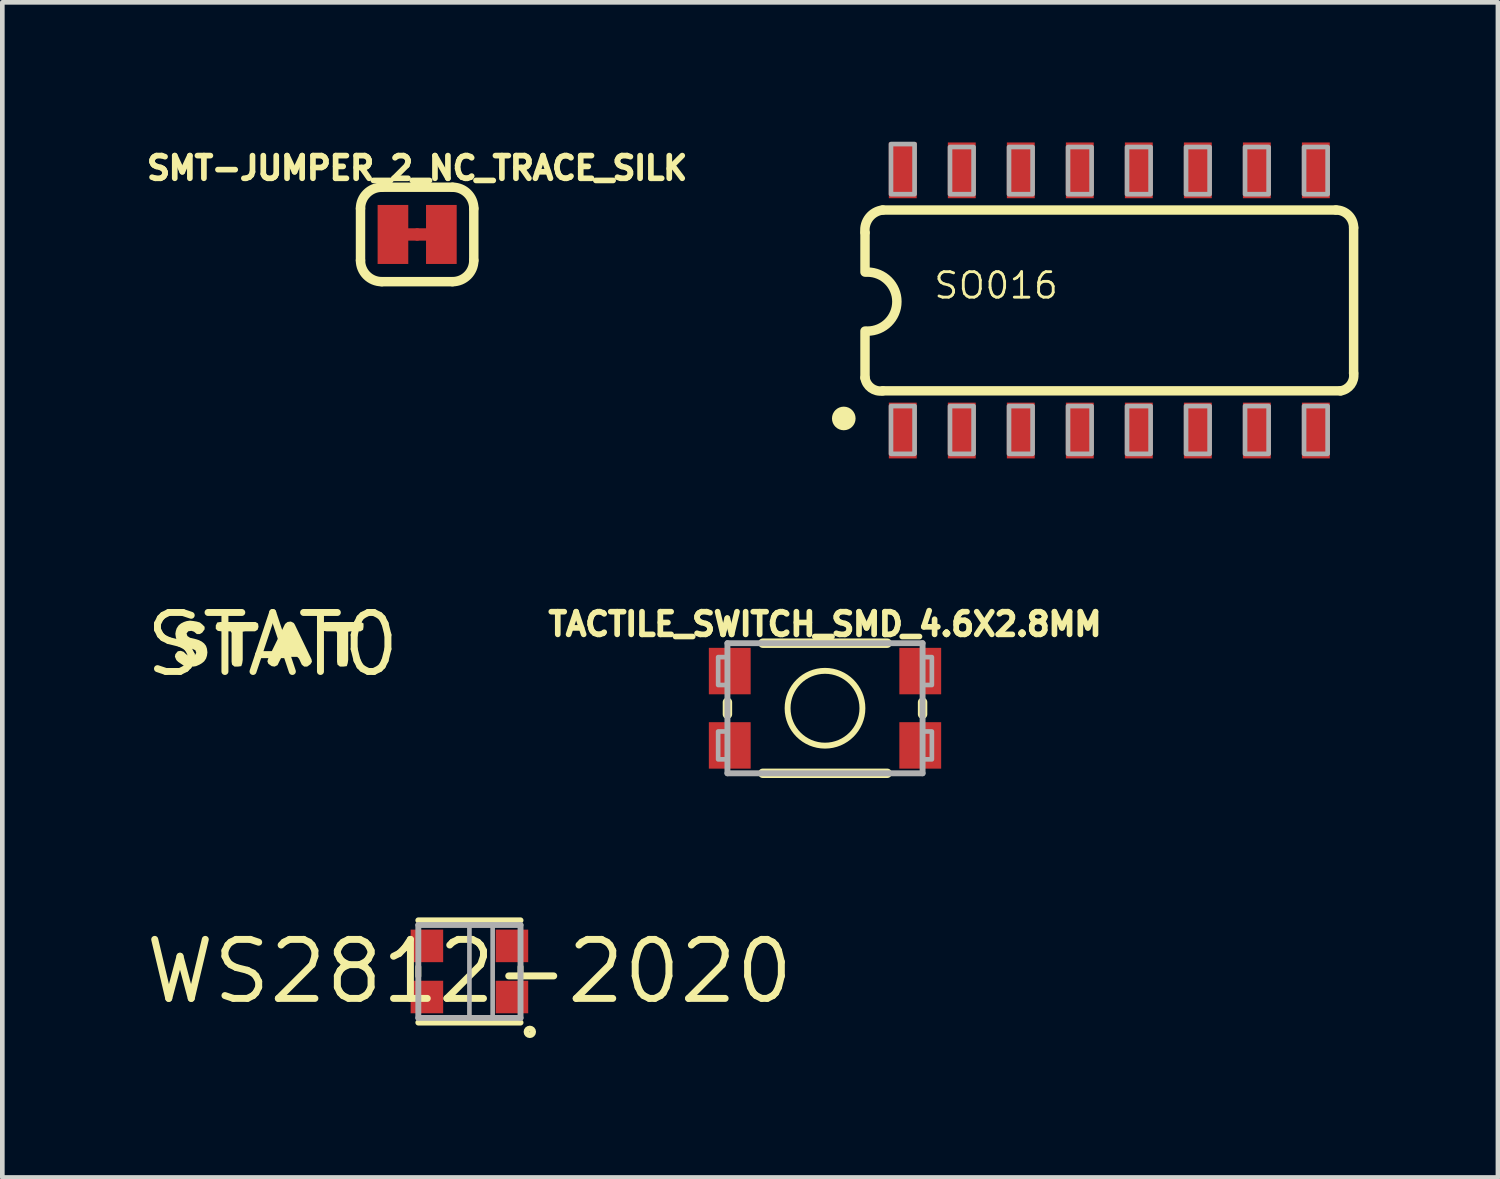
<source format=kicad_pcb>
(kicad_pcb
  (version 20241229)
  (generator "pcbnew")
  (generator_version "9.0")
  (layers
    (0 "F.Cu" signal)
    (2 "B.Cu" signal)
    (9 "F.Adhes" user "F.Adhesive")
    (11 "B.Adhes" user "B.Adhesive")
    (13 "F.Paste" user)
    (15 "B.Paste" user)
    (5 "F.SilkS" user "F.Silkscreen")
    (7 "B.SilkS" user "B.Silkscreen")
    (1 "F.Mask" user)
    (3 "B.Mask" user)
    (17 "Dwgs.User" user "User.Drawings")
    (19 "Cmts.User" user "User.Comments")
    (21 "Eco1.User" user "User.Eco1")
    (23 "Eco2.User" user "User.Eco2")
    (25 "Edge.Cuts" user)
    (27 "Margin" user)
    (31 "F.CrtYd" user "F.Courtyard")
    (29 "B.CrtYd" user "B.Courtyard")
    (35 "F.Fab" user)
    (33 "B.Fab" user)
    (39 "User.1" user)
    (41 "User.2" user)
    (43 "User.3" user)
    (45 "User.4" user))
  (footprint "TACTILE_SWITCH_SMD_4.6X2.8MM"
    (layer "F.Cu")
    (at 14.706 12.193)
    (property "Reference" "TACTILE_SWITCH_SMD_4.6X2.8MM" (at 0 -1.524 0) (unlocked yes) (layer "F.SilkS") (effects (font (size 0.488 0.488) (thickness 0.122)) (justify bottom)))
    (fp_line (start -2.1 -0.13) (end -2.1 0.13) (stroke (width 0.203) (type solid)) (layer "F.SilkS"))
    (fp_line (start -1.338 -1.4) (end 1.338 -1.4) (stroke (width 0.203) (type solid)) (layer "F.SilkS"))
    (fp_line (start 1.338 1.4) (end -1.338 1.4) (stroke (width 0.203) (type solid)) (layer "F.SilkS"))
    (fp_line (start 2.1 0.13) (end 2.1 -0.13) (stroke (width 0.203) (type solid)) (layer "F.SilkS"))
    (fp_circle (center 0 0) (end 0.805 0) (stroke (width 0.127) (type solid)) (fill no) (layer "F.SilkS"))
    (fp_line (start -2.1 -1.4) (end -2.1 1.4) (stroke (width 0.127) (type solid)) (layer "F.Fab"))
    (fp_line (start -2.1 -1.4) (end 2.1 -1.4) (stroke (width 0.127) (type solid)) (layer "F.Fab"))
    (fp_line (start -2.1 1.4) (end 2.1 1.4) (stroke (width 0.127) (type solid)) (layer "F.Fab"))
    (fp_line (start 2.1 1.4) (end 2.1 -1.4) (stroke (width 0.127) (type solid)) (layer "F.Fab"))
    (fp_poly (pts (xy -2.3 -0.5) (xy -2.1 -0.5) (xy -2.1 -1.1) (xy -2.3 -1.1)) (stroke (width 0.1) (type default)) (fill no) (layer "F.Fab"))
    (fp_poly (pts (xy -2.3 1.1) (xy -2.1 1.1) (xy -2.1 0.5) (xy -2.3 0.5)) (stroke (width 0.1) (type default)) (fill no) (layer "F.Fab"))
    (fp_poly (pts (xy 2.3 -1.1) (xy 2.1 -1.1) (xy 2.1 -0.5) (xy 2.3 -0.5)) (stroke (width 0.1) (type default)) (fill no) (layer "F.Fab"))
    (fp_poly (pts (xy 2.3 0.5) (xy 2.1 0.5) (xy 2.1 1.1) (xy 2.3 1.1)) (stroke (width 0.1) (type default)) (fill no) (layer "F.Fab"))
    (pad "1" smd rect (at -2.05 0.8) (size 0.9 1) (layers "F.Cu" "F.Mask" "F.Paste"))
    (pad "2" smd rect (at 2.05 0.8) (size 0.9 1) (layers "F.Cu" "F.Mask" "F.Paste"))
    (pad "3" smd rect (at 2.05 -0.8) (size 0.9 1) (layers "F.Cu" "F.Mask" "F.Paste"))
    (pad "4" smd rect (at -2.05 -0.8) (size 0.9 1) (layers "F.Cu" "F.Mask" "F.Paste")))
  (footprint "WS2812-2020"
    (layer "F.Cu")
    (at 7.053 17.858)
    (property "Reference" "WS2812-2020" (at 0 0 0) (layer "F.SilkS") (effects (font (size 1.27 1.27) (thickness 0.15))))
    (fp_line (start -1.1 -1.1) (end 1.1 -1.1) (stroke (width 0.127) (type solid)) (layer "F.SilkS"))
    (fp_line (start -1.1 0.1) (end -1.1 -0.1) (stroke (width 0.127) (type solid)) (layer "F.SilkS"))
    (fp_line (start 1.1 0.1) (end 1.1 -0.1) (stroke (width 0.127) (type solid)) (layer "F.SilkS"))
    (fp_line (start 1.1 1.1) (end -1.1 1.1) (stroke (width 0.127) (type solid)) (layer "F.SilkS"))
    (fp_circle (center 1.3 1.3) (end 1.37 1.3) (stroke (width 0.127) (type solid)) (fill no) (layer "F.SilkS"))
    (fp_line (start -1.1 -1) (end -1.1 1) (stroke (width 0.127) (type solid)) (layer "F.Fab"))
    (fp_line (start -1.1 1) (end 1.1 1) (stroke (width 0.127) (type solid)) (layer "F.Fab"))
    (fp_line (start 1.1 -1) (end -1.1 -1) (stroke (width 0.127) (type solid)) (layer "F.Fab"))
    (fp_line (start 1.1 1) (end 1.1 -1) (stroke (width 0.127) (type solid)) (layer "F.Fab"))
    (fp_poly (pts (xy 0 1) (xy 0.5 1) (xy 0.5 -1) (xy 0 -1)) (stroke (width 0.1) (type default)) (fill no) (layer "F.Fab"))
    (pad "DI" smd rect (at -0.915 -0.55) (size 0.7 0.7) (layers "F.Cu" "F.Mask" "F.Paste"))
    (pad "DO" smd rect (at 0.915 0.55) (size 0.7 0.7) (layers "F.Cu" "F.Mask" "F.Paste"))
    (pad "GND" smd rect (at 0.915 -0.55) (size 0.7 0.7) (layers "F.Cu" "F.Mask" "F.Paste"))
    (pad "VCC" smd rect (at -0.915 0.55) (size 0.7 0.7) (layers "F.Cu" "F.Mask" "F.Paste")))
  (footprint "STAT0"
    (layer "F.Cu")
    (at 2.819 10.822)
    (property "Reference" "STAT0" (at 0 0 0) (layer "F.SilkS") (effects (font (size 1.27 1.27) (thickness 0.15))))
    (fp_poly (pts (xy -0.315 -0.453) (xy -0.305 -0.38) (xy -0.326 -0.317) (xy -0.379 -0.285) (xy -0.59 -0.285) (xy -0.645 -0.276) (xy -0.645 0.33) (xy -0.655 0.401) (xy -0.676 0.465) (xy -0.75 0.475) (xy -0.822 0.475) (xy -0.875 0.433) (xy -0.885 0.37) (xy -0.885 -0.249) (xy -0.903 -0.285) (xy -1.11 -0.285) (xy -1.182 -0.295) (xy -1.225 -0.338) (xy -1.225 -0.411) (xy -1.193 -0.475) (xy -1.13 -0.485) (xy -0.369 -0.485)) (stroke (width 0) (type default)) (fill yes) (layer "F.SilkS"))
    (fp_poly (pts (xy 0.453 -0.464) (xy 0.474 -0.432) (xy 0.835 0.318) (xy 0.845 0.371) (xy 0.814 0.423) (xy 0.742 0.475) (xy 0.678 0.475) (xy 0.626 0.433) (xy 0.566 0.303) (xy 0.528 0.265) (xy 0.193 0.265) (xy 0.134 0.382) (xy 0.104 0.444) (xy 0.041 0.475) (xy -0.022 0.465) (xy -0.094 0.413) (xy -0.115 0.36) (xy -0.095 0.298) (xy 0.236 -0.382) (xy 0.266 -0.443) (xy 0.318 -0.485) (xy 0.391 -0.495)) (stroke (width 0) (type default)) (fill yes) (layer "F.SilkS"))
    (fp_poly (pts (xy 1.955 -0.453) (xy 1.955 -0.38) (xy 1.945 -0.317) (xy 1.891 -0.285) (xy 1.68 -0.285) (xy 1.625 -0.276) (xy 1.625 0.33) (xy 1.615 0.401) (xy 1.594 0.465) (xy 1.52 0.475) (xy 1.448 0.475) (xy 1.395 0.433) (xy 1.385 0.37) (xy 1.385 -0.249) (xy 1.367 -0.285) (xy 1.16 -0.285) (xy 1.088 -0.295) (xy 1.045 -0.338) (xy 1.045 -0.411) (xy 1.066 -0.475) (xy 1.14 -0.485) (xy 1.901 -0.485)) (stroke (width 0) (type default)) (fill yes) (layer "F.SilkS"))
    (fp_poly (pts (xy -1.699 -0.505) (xy -1.639 -0.495) (xy -1.568 -0.475) (xy -1.517 -0.434) (xy -1.465 -0.382) (xy -1.465 -0.328) (xy -1.517 -0.256) (xy -1.569 -0.225) (xy -1.632 -0.225) (xy -1.692 -0.276) (xy -1.75 -0.295) (xy -1.817 -0.285) (xy -1.854 -0.239) (xy -1.836 -0.183) (xy -1.778 -0.145) (xy -1.649 -0.115) (xy -1.588 -0.095) (xy -1.527 -0.064) (xy -1.476 -0.024) (xy -1.436 0.028) (xy -1.415 0.089) (xy -1.405 0.17) (xy -1.415 0.241) (xy -1.435 0.302) (xy -1.476 0.363) (xy -1.527 0.404) (xy -1.578 0.434) (xy -1.649 0.465) (xy -1.71 0.475) (xy -1.851 0.475) (xy -1.912 0.455) (xy -2.033 0.374) (xy -2.074 0.333) (xy -2.105 0.261) (xy -2.095 0.208) (xy -2.043 0.145) (xy -1.98 0.135) (xy -1.917 0.156) (xy -1.867 0.206) (xy -1.808 0.245) (xy -1.741 0.255) (xy -1.673 0.226) (xy -1.645 0.179) (xy -1.664 0.124) (xy -1.722 0.095) (xy -1.781 0.085) (xy -1.852 0.065) (xy -1.922 0.034) (xy -1.973 0.004) (xy -2.024 -0.036) (xy -2.065 -0.088) (xy -2.085 -0.159) (xy -2.095 -0.23) (xy -2.085 -0.291) (xy -2.065 -0.352) (xy -2.024 -0.413) (xy -1.973 -0.454) (xy -1.912 -0.485) (xy -1.851 -0.505) (xy -1.78 -0.515)) (stroke (width 0) (type default)) (fill yes) (layer "F.SilkS")))
  (footprint "SMT-JUMPER_2_NC_TRACE_SILK"
    (layer "F.Cu")
    (at 5.928 1.996)
    (property "Reference" "SMT-JUMPER_2_NC_TRACE_SILK" (at 0 -1.143 0) (unlocked yes) (layer "F.SilkS") (effects (font (size 0.488 0.488) (thickness 0.122)) (justify bottom)))
    (fp_poly (pts (xy 0.032 0.133) (xy -0.705 0.133) (xy -0.705 -0.133) (xy 0.032 -0.133)) (stroke (width 0) (type default)) (fill yes) (layer "F.Cu"))
    (fp_poly (pts (xy 0.705 0.133) (xy -0.032 0.133) (xy -0.032 -0.133) (xy 0.705 -0.133)) (stroke (width 0) (type default)) (fill yes) (layer "F.Cu"))
    (fp_poly (pts (xy 0.254 0.191) (xy -0.254 0.191) (xy -0.254 -0.191) (xy 0.254 -0.191)) (stroke (width 0) (type default)) (fill yes) (layer "F.Mask"))
    (fp_line (start -1.219 0.559) (end -1.219 -0.559) (stroke (width 0.203) (type solid)) (layer "F.SilkS"))
    (fp_line (start -0.762 -1.016) (end 0.762 -1.016) (stroke (width 0.203) (type solid)) (layer "F.SilkS"))
    (fp_line (start 0.762 1.016) (end -0.762 1.016) (stroke (width 0.203) (type solid)) (layer "F.SilkS"))
    (fp_line (start 1.219 0.559) (end 1.219 -0.559) (stroke (width 0.203) (type solid)) (layer "F.SilkS"))
    (fp_arc (start -1.2192 -0.5588) (mid -1.085289 -0.882089) (end -0.762 -1.016) (stroke (width 0.2032) (type solid)) (layer "F.SilkS"))
    (fp_arc (start -0.762 1.016) (mid -1.085289 0.882089) (end -1.2192 0.5588) (stroke (width 0.2032) (type solid)) (layer "F.SilkS"))
    (fp_arc (start 0.762 -1.016) (mid 1.085289 -0.882089) (end 1.2192 -0.5588) (stroke (width 0.2032) (type solid)) (layer "F.SilkS"))
    (fp_arc (start 1.2192 0.5588) (mid 1.085289 0.882089) (end 0.762 1.016) (stroke (width 0.2032) (type solid)) (layer "F.SilkS"))
    (pad "1" smd rect (at -0.521 0) (size 0.66 1.27) (layers "F.Cu" "F.Mask"))
    (pad "2" smd rect (at 0.521 0) (size 0.66 1.27) (layers "F.Cu" "F.Mask")))
  (footprint "SO016"
    (layer "F.Cu")
    (at 20.825 3.416)
    (property "Reference" "SO016" (at -3.81 0 0) (unlocked yes) (layer "F.SilkS") (effects (font (size 0.549 0.549) (thickness 0.061)) (justify left bottom)))
    (fp_line (start -5.258 -1.453) (end -5.258 -0.61) (stroke (width 0.203) (type solid)) (layer "F.SilkS"))
    (fp_line (start -5.258 1.665) (end -5.258 0.66) (stroke (width 0.203) (type solid)) (layer "F.SilkS"))
    (fp_line (start -4.877 1.946) (end 4.977 1.946) (stroke (width 0.203) (type solid)) (layer "F.SilkS"))
    (fp_line (start 4.877 -1.946) (end -4.877 -1.946) (stroke (width 0.203) (type solid)) (layer "F.SilkS"))
    (fp_line (start 5.258 1.565) (end 5.258 -1.565) (stroke (width 0.203) (type solid)) (layer "F.SilkS"))
    (fp_arc (start -5.2578 -1.4653) (mid -5.166948 -1.784731) (end -4.8768 -1.9463) (stroke (width 0.2032) (type solid)) (layer "F.SilkS"))
    (fp_arc (start -5.207 -0.6096) (mid -4.572 0.0254) (end -5.207 0.6604) (stroke (width 0.2032) (type solid)) (layer "F.SilkS"))
    (fp_arc (start -4.876799 1.946301) (mid -5.12554 1.884767) (end -5.2578 1.6653) (stroke (width 0.2032) (type solid)) (layer "F.SilkS"))
    (fp_arc (start 4.8768 -1.9463) (mid 5.146237 -1.834736) (end 5.2578 -1.565298) (stroke (width 0.2032) (type solid)) (layer "F.SilkS"))
    (fp_arc (start 5.2578 1.5653) (mid 5.196208 1.813997) (end 4.9768 1.9463) (stroke (width 0.2032) (type solid)) (layer "F.SilkS"))
    (fp_circle (center -5.715 2.54) (end -5.588 2.54) (stroke (width 0.254) (type solid)) (fill no) (layer "F.SilkS"))
    (fp_poly (pts (xy -4.699 -2.286) (xy -4.191 -2.286) (xy -4.191 -3.365) (xy -4.699 -3.365)) (stroke (width 0.1) (type default)) (fill no) (layer "F.Fab"))
    (fp_poly (pts (xy -4.699 3.302) (xy -4.191 3.302) (xy -4.191 2.273) (xy -4.699 2.273)) (stroke (width 0.1) (type default)) (fill no) (layer "F.Fab"))
    (fp_poly (pts (xy -3.429 -2.286) (xy -2.921 -2.286) (xy -2.921 -3.302) (xy -3.429 -3.302)) (stroke (width 0.1) (type default)) (fill no) (layer "F.Fab"))
    (fp_poly (pts (xy -3.429 3.302) (xy -2.921 3.302) (xy -2.921 2.273) (xy -3.429 2.273)) (stroke (width 0.1) (type default)) (fill no) (layer "F.Fab"))
    (fp_poly (pts (xy -2.159 -2.286) (xy -1.651 -2.286) (xy -1.651 -3.302) (xy -2.159 -3.302)) (stroke (width 0.1) (type default)) (fill no) (layer "F.Fab"))
    (fp_poly (pts (xy -2.159 3.302) (xy -1.651 3.302) (xy -1.651 2.273) (xy -2.159 2.273)) (stroke (width 0.1) (type default)) (fill no) (layer "F.Fab"))
    (fp_poly (pts (xy -0.889 -2.286) (xy -0.381 -2.286) (xy -0.381 -3.302) (xy -0.889 -3.302)) (stroke (width 0.1) (type default)) (fill no) (layer "F.Fab"))
    (fp_poly (pts (xy -0.889 3.302) (xy -0.381 3.302) (xy -0.381 2.273) (xy -0.889 2.273)) (stroke (width 0.1) (type default)) (fill no) (layer "F.Fab"))
    (fp_poly (pts (xy 0.381 -2.286) (xy 0.889 -2.286) (xy 0.889 -3.302) (xy 0.381 -3.302)) (stroke (width 0.1) (type default)) (fill no) (layer "F.Fab"))
    (fp_poly (pts (xy 0.381 3.302) (xy 0.889 3.302) (xy 0.889 2.273) (xy 0.381 2.273)) (stroke (width 0.1) (type default)) (fill no) (layer "F.Fab"))
    (fp_poly (pts (xy 1.651 -2.286) (xy 2.159 -2.286) (xy 2.159 -3.302) (xy 1.651 -3.302)) (stroke (width 0.1) (type default)) (fill no) (layer "F.Fab"))
    (fp_poly (pts (xy 1.651 3.302) (xy 2.159 3.302) (xy 2.159 2.273) (xy 1.651 2.273)) (stroke (width 0.1) (type default)) (fill no) (layer "F.Fab"))
    (fp_poly (pts (xy 2.921 -2.286) (xy 3.429 -2.286) (xy 3.429 -3.302) (xy 2.921 -3.302)) (stroke (width 0.1) (type default)) (fill no) (layer "F.Fab"))
    (fp_poly (pts (xy 2.921 3.302) (xy 3.429 3.302) (xy 3.429 2.273) (xy 2.921 2.273)) (stroke (width 0.1) (type default)) (fill no) (layer "F.Fab"))
    (fp_poly (pts (xy 4.191 -2.286) (xy 4.699 -2.286) (xy 4.699 -3.302) (xy 4.191 -3.302)) (stroke (width 0.1) (type default)) (fill no) (layer "F.Fab"))
    (fp_poly (pts (xy 4.191 3.302) (xy 4.699 3.302) (xy 4.699 2.273) (xy 4.191 2.273)) (stroke (width 0.1) (type default)) (fill no) (layer "F.Fab"))
    (pad "1" smd rect (at -4.445 2.8) (size 0.6 1.2) (layers "F.Cu" "F.Mask" "F.Paste"))
    (pad "2" smd rect (at -3.175 2.8) (size 0.6 1.2) (layers "F.Cu" "F.Mask" "F.Paste"))
    (pad "3" smd rect (at -1.905 2.8) (size 0.6 1.2) (layers "F.Cu" "F.Mask" "F.Paste"))
    (pad "4" smd rect (at -0.635 2.8) (size 0.6 1.2) (layers "F.Cu" "F.Mask" "F.Paste"))
    (pad "5" smd rect (at 0.635 2.8) (size 0.6 1.2) (layers "F.Cu" "F.Mask" "F.Paste"))
    (pad "6" smd rect (at 1.905 2.8) (size 0.6 1.2) (layers "F.Cu" "F.Mask" "F.Paste"))
    (pad "7" smd rect (at 3.175 2.8) (size 0.6 1.2) (layers "F.Cu" "F.Mask" "F.Paste"))
    (pad "8" smd rect (at 4.445 2.8) (size 0.6 1.2) (layers "F.Cu" "F.Mask" "F.Paste"))
    (pad "9" smd rect (at 4.445 -2.8) (size 0.6 1.2) (layers "F.Cu" "F.Mask" "F.Paste"))
    (pad "10" smd rect (at 3.175 -2.8) (size 0.6 1.2) (layers "F.Cu" "F.Mask" "F.Paste"))
    (pad "11" smd rect (at 1.905 -2.8) (size 0.6 1.2) (layers "F.Cu" "F.Mask" "F.Paste"))
    (pad "12" smd rect (at 0.635 -2.8) (size 0.6 1.2) (layers "F.Cu" "F.Mask" "F.Paste"))
    (pad "13" smd rect (at -0.635 -2.8) (size 0.6 1.2) (layers "F.Cu" "F.Mask" "F.Paste"))
    (pad "14" smd rect (at -1.905 -2.8) (size 0.6 1.2) (layers "F.Cu" "F.Mask" "F.Paste"))
    (pad "15" smd rect (at -3.175 -2.8) (size 0.6 1.2) (layers "F.Cu" "F.Mask" "F.Paste"))
    (pad "16" smd rect (at -4.445 -2.8) (size 0.6 1.2) (layers "F.Cu" "F.Mask" "F.Paste")))
  (gr_rect
    (start -3 -3)
    (end 29.189 22.292)
    (stroke (width 0.1) (type default))
    (fill no)
    (layer "Edge.Cuts")))
</source>
